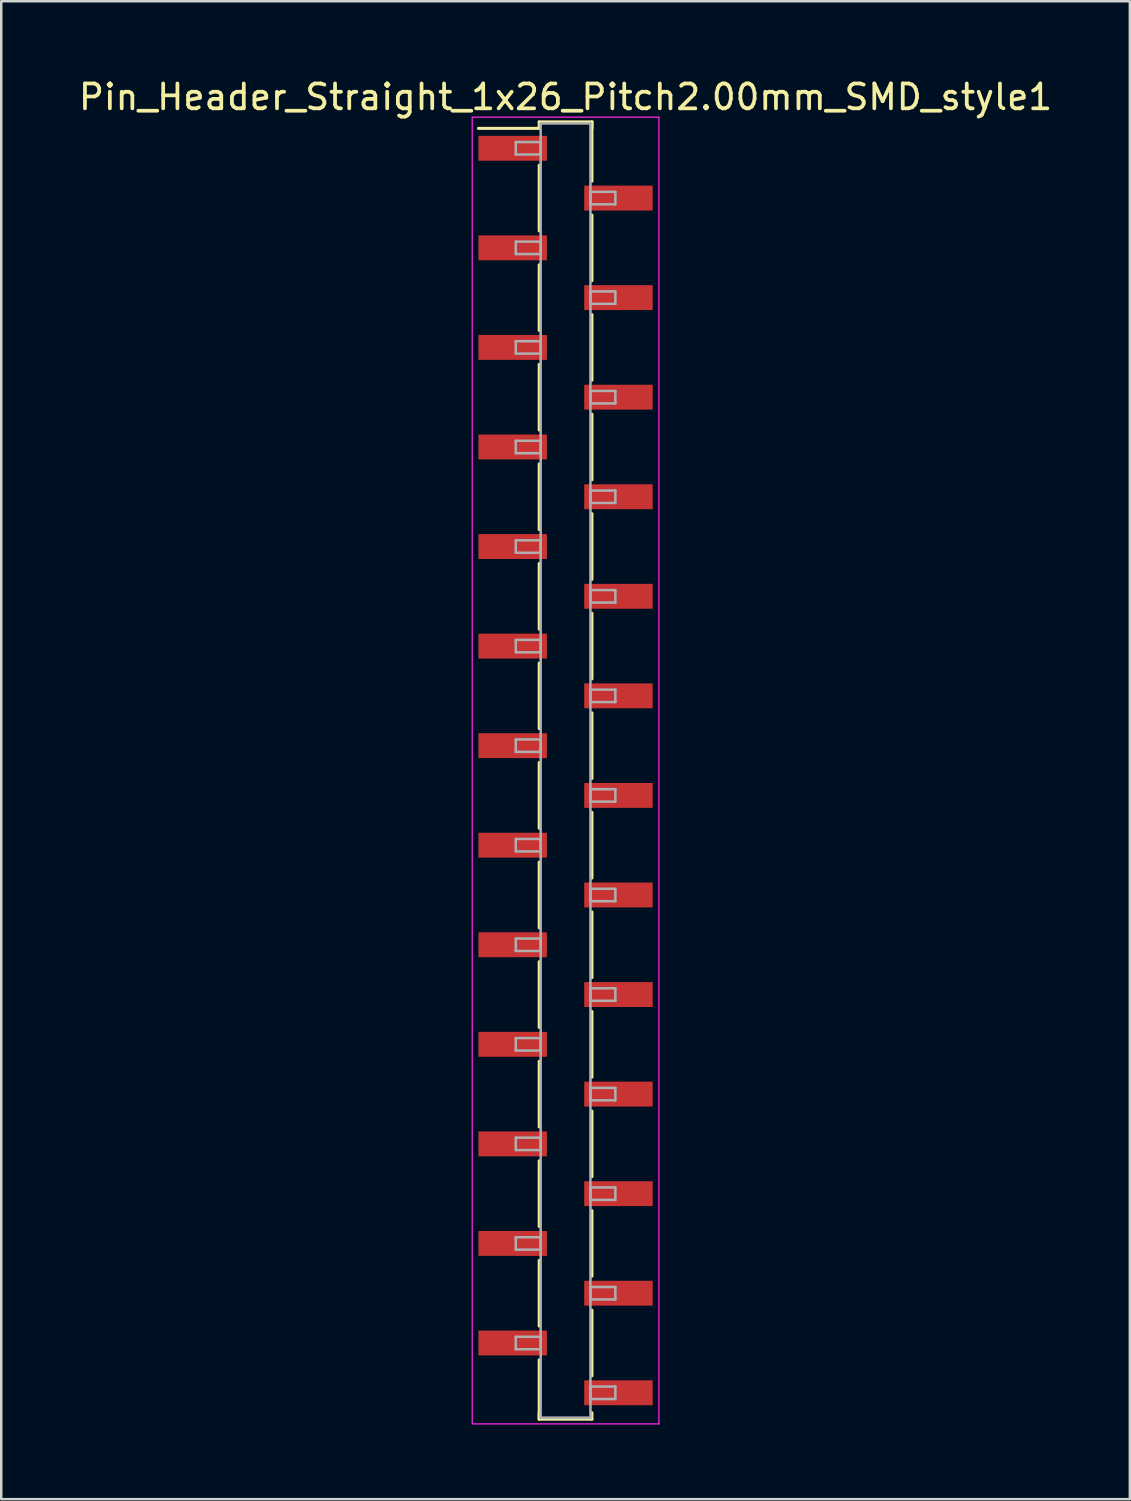
<source format=kicad_pcb>
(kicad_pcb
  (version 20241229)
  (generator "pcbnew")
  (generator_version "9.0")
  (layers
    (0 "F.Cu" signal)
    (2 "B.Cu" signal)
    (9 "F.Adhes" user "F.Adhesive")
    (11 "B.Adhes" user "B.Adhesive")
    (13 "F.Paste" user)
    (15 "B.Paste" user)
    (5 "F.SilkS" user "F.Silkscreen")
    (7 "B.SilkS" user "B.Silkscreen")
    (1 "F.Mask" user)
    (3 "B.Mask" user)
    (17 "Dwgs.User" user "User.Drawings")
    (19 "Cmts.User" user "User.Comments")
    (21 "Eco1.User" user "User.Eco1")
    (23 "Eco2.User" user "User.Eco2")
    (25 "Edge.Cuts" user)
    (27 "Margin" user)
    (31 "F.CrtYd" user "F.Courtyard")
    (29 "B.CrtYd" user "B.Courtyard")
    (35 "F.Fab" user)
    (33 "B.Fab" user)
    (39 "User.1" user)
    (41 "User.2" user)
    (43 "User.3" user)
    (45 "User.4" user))
  (footprint "Pin_Header_Straight_1x26_Pitch2.00mm_SMD_style1"
    (layer "F.Cu")
    (at 19.673 27.908)
    (property "Reference" "Pin_Header_Straight_1x26_Pitch2.00mm_SMD_style1" (at 0 -27.06 0) (layer "F.SilkS") (effects (font (size 1 1) (thickness 0.15))))
    (attr smd)
    (fp_line (start -1.06 -26.06) (end 1.06 -26.06) (stroke (width 0.12) (type solid)) (layer "F.SilkS"))
    (fp_line (start -1.06 -25.8) (end -3.5 -25.8) (stroke (width 0.12) (type solid)) (layer "F.SilkS"))
    (fp_line (start -1.06 -25.8) (end -1.06 -26.06) (stroke (width 0.12) (type solid)) (layer "F.SilkS"))
    (fp_line (start -1.06 -24.32) (end -1.06 -21.68) (stroke (width 0.12) (type solid)) (layer "F.SilkS"))
    (fp_line (start -1.06 -20.32) (end -1.06 -17.68) (stroke (width 0.12) (type solid)) (layer "F.SilkS"))
    (fp_line (start -1.06 -16.32) (end -1.06 -13.68) (stroke (width 0.12) (type solid)) (layer "F.SilkS"))
    (fp_line (start -1.06 -12.32) (end -1.06 -9.68) (stroke (width 0.12) (type solid)) (layer "F.SilkS"))
    (fp_line (start -1.06 -8.32) (end -1.06 -5.68) (stroke (width 0.12) (type solid)) (layer "F.SilkS"))
    (fp_line (start -1.06 -4.32) (end -1.06 -1.68) (stroke (width 0.12) (type solid)) (layer "F.SilkS"))
    (fp_line (start -1.06 -0.32) (end -1.06 2.32) (stroke (width 0.12) (type solid)) (layer "F.SilkS"))
    (fp_line (start -1.06 3.68) (end -1.06 6.32) (stroke (width 0.12) (type solid)) (layer "F.SilkS"))
    (fp_line (start -1.06 7.68) (end -1.06 10.32) (stroke (width 0.12) (type solid)) (layer "F.SilkS"))
    (fp_line (start -1.06 11.68) (end -1.06 14.32) (stroke (width 0.12) (type solid)) (layer "F.SilkS"))
    (fp_line (start -1.06 15.68) (end -1.06 18.32) (stroke (width 0.12) (type solid)) (layer "F.SilkS"))
    (fp_line (start -1.06 19.68) (end -1.06 22.32) (stroke (width 0.12) (type solid)) (layer "F.SilkS"))
    (fp_line (start -1.06 23.68) (end -1.06 26.06) (stroke (width 0.12) (type solid)) (layer "F.SilkS"))
    (fp_line (start -1.06 25.8) (end -1.06 26.06) (stroke (width 0.12) (type solid)) (layer "F.SilkS"))
    (fp_line (start -1.06 26.06) (end 1.06 26.06) (stroke (width 0.12) (type solid)) (layer "F.SilkS"))
    (fp_line (start 1.06 -26.06) (end 1.06 -25.8) (stroke (width 0.12) (type solid)) (layer "F.SilkS"))
    (fp_line (start 1.06 -26.06) (end 1.06 -23.68) (stroke (width 0.12) (type solid)) (layer "F.SilkS"))
    (fp_line (start 1.06 -22.32) (end 1.06 -19.68) (stroke (width 0.12) (type solid)) (layer "F.SilkS"))
    (fp_line (start 1.06 -18.32) (end 1.06 -15.68) (stroke (width 0.12) (type solid)) (layer "F.SilkS"))
    (fp_line (start 1.06 -14.32) (end 1.06 -11.68) (stroke (width 0.12) (type solid)) (layer "F.SilkS"))
    (fp_line (start 1.06 -10.32) (end 1.06 -7.68) (stroke (width 0.12) (type solid)) (layer "F.SilkS"))
    (fp_line (start 1.06 -6.32) (end 1.06 -3.68) (stroke (width 0.12) (type solid)) (layer "F.SilkS"))
    (fp_line (start 1.06 -2.32) (end 1.06 0.32) (stroke (width 0.12) (type solid)) (layer "F.SilkS"))
    (fp_line (start 1.06 1.68) (end 1.06 4.32) (stroke (width 0.12) (type solid)) (layer "F.SilkS"))
    (fp_line (start 1.06 5.68) (end 1.06 8.32) (stroke (width 0.12) (type solid)) (layer "F.SilkS"))
    (fp_line (start 1.06 9.68) (end 1.06 12.32) (stroke (width 0.12) (type solid)) (layer "F.SilkS"))
    (fp_line (start 1.06 13.68) (end 1.06 16.32) (stroke (width 0.12) (type solid)) (layer "F.SilkS"))
    (fp_line (start 1.06 17.68) (end 1.06 20.32) (stroke (width 0.12) (type solid)) (layer "F.SilkS"))
    (fp_line (start 1.06 21.68) (end 1.06 24.32) (stroke (width 0.12) (type solid)) (layer "F.SilkS"))
    (fp_line (start 1.06 26.06) (end 1.06 25.8) (stroke (width 0.12) (type solid)) (layer "F.SilkS"))
    (fp_line (start -3.75 -26.25) (end -3.75 26.25) (stroke (width 0.05) (type solid)) (layer "F.CrtYd"))
    (fp_line (start -3.75 26.25) (end 3.75 26.25) (stroke (width 0.05) (type solid)) (layer "F.CrtYd"))
    (fp_line (start 3.75 -26.25) (end -3.75 -26.25) (stroke (width 0.05) (type solid)) (layer "F.CrtYd"))
    (fp_line (start 3.75 26.25) (end 3.75 -26.25) (stroke (width 0.05) (type solid)) (layer "F.CrtYd"))
    (fp_line (start -2 -25.25) (end -1 -25.25) (stroke (width 0.1) (type solid)) (layer "F.Fab"))
    (fp_line (start -2 -24.75) (end -2 -25.25) (stroke (width 0.1) (type solid)) (layer "F.Fab"))
    (fp_line (start -2 -21.25) (end -1 -21.25) (stroke (width 0.1) (type solid)) (layer "F.Fab"))
    (fp_line (start -2 -20.75) (end -2 -21.25) (stroke (width 0.1) (type solid)) (layer "F.Fab"))
    (fp_line (start -2 -17.25) (end -1 -17.25) (stroke (width 0.1) (type solid)) (layer "F.Fab"))
    (fp_line (start -2 -16.75) (end -2 -17.25) (stroke (width 0.1) (type solid)) (layer "F.Fab"))
    (fp_line (start -2 -13.25) (end -1 -13.25) (stroke (width 0.1) (type solid)) (layer "F.Fab"))
    (fp_line (start -2 -12.75) (end -2 -13.25) (stroke (width 0.1) (type solid)) (layer "F.Fab"))
    (fp_line (start -2 -9.25) (end -1 -9.25) (stroke (width 0.1) (type solid)) (layer "F.Fab"))
    (fp_line (start -2 -8.75) (end -2 -9.25) (stroke (width 0.1) (type solid)) (layer "F.Fab"))
    (fp_line (start -2 -5.25) (end -1 -5.25) (stroke (width 0.1) (type solid)) (layer "F.Fab"))
    (fp_line (start -2 -4.75) (end -2 -5.25) (stroke (width 0.1) (type solid)) (layer "F.Fab"))
    (fp_line (start -2 -1.25) (end -1 -1.25) (stroke (width 0.1) (type solid)) (layer "F.Fab"))
    (fp_line (start -2 -0.75) (end -2 -1.25) (stroke (width 0.1) (type solid)) (layer "F.Fab"))
    (fp_line (start -2 2.75) (end -1 2.75) (stroke (width 0.1) (type solid)) (layer "F.Fab"))
    (fp_line (start -2 3.25) (end -2 2.75) (stroke (width 0.1) (type solid)) (layer "F.Fab"))
    (fp_line (start -2 6.75) (end -1 6.75) (stroke (width 0.1) (type solid)) (layer "F.Fab"))
    (fp_line (start -2 7.25) (end -2 6.75) (stroke (width 0.1) (type solid)) (layer "F.Fab"))
    (fp_line (start -2 10.75) (end -1 10.75) (stroke (width 0.1) (type solid)) (layer "F.Fab"))
    (fp_line (start -2 11.25) (end -2 10.75) (stroke (width 0.1) (type solid)) (layer "F.Fab"))
    (fp_line (start -2 14.75) (end -1 14.75) (stroke (width 0.1) (type solid)) (layer "F.Fab"))
    (fp_line (start -2 15.25) (end -2 14.75) (stroke (width 0.1) (type solid)) (layer "F.Fab"))
    (fp_line (start -2 18.75) (end -1 18.75) (stroke (width 0.1) (type solid)) (layer "F.Fab"))
    (fp_line (start -2 19.25) (end -2 18.75) (stroke (width 0.1) (type solid)) (layer "F.Fab"))
    (fp_line (start -2 22.75) (end -1 22.75) (stroke (width 0.1) (type solid)) (layer "F.Fab"))
    (fp_line (start -2 23.25) (end -2 22.75) (stroke (width 0.1) (type solid)) (layer "F.Fab"))
    (fp_line (start -1 -26) (end -1 26) (stroke (width 0.1) (type solid)) (layer "F.Fab"))
    (fp_line (start -1 -25.25) (end -1 -24.75) (stroke (width 0.1) (type solid)) (layer "F.Fab"))
    (fp_line (start -1 -24.75) (end -2 -24.75) (stroke (width 0.1) (type solid)) (layer "F.Fab"))
    (fp_line (start -1 -21.25) (end -1 -20.75) (stroke (width 0.1) (type solid)) (layer "F.Fab"))
    (fp_line (start -1 -20.75) (end -2 -20.75) (stroke (width 0.1) (type solid)) (layer "F.Fab"))
    (fp_line (start -1 -17.25) (end -1 -16.75) (stroke (width 0.1) (type solid)) (layer "F.Fab"))
    (fp_line (start -1 -16.75) (end -2 -16.75) (stroke (width 0.1) (type solid)) (layer "F.Fab"))
    (fp_line (start -1 -13.25) (end -1 -12.75) (stroke (width 0.1) (type solid)) (layer "F.Fab"))
    (fp_line (start -1 -12.75) (end -2 -12.75) (stroke (width 0.1) (type solid)) (layer "F.Fab"))
    (fp_line (start -1 -9.25) (end -1 -8.75) (stroke (width 0.1) (type solid)) (layer "F.Fab"))
    (fp_line (start -1 -8.75) (end -2 -8.75) (stroke (width 0.1) (type solid)) (layer "F.Fab"))
    (fp_line (start -1 -5.25) (end -1 -4.75) (stroke (width 0.1) (type solid)) (layer "F.Fab"))
    (fp_line (start -1 -4.75) (end -2 -4.75) (stroke (width 0.1) (type solid)) (layer "F.Fab"))
    (fp_line (start -1 -1.25) (end -1 -0.75) (stroke (width 0.1) (type solid)) (layer "F.Fab"))
    (fp_line (start -1 -0.75) (end -2 -0.75) (stroke (width 0.1) (type solid)) (layer "F.Fab"))
    (fp_line (start -1 2.75) (end -1 3.25) (stroke (width 0.1) (type solid)) (layer "F.Fab"))
    (fp_line (start -1 3.25) (end -2 3.25) (stroke (width 0.1) (type solid)) (layer "F.Fab"))
    (fp_line (start -1 6.75) (end -1 7.25) (stroke (width 0.1) (type solid)) (layer "F.Fab"))
    (fp_line (start -1 7.25) (end -2 7.25) (stroke (width 0.1) (type solid)) (layer "F.Fab"))
    (fp_line (start -1 10.75) (end -1 11.25) (stroke (width 0.1) (type solid)) (layer "F.Fab"))
    (fp_line (start -1 11.25) (end -2 11.25) (stroke (width 0.1) (type solid)) (layer "F.Fab"))
    (fp_line (start -1 14.75) (end -1 15.25) (stroke (width 0.1) (type solid)) (layer "F.Fab"))
    (fp_line (start -1 15.25) (end -2 15.25) (stroke (width 0.1) (type solid)) (layer "F.Fab"))
    (fp_line (start -1 18.75) (end -1 19.25) (stroke (width 0.1) (type solid)) (layer "F.Fab"))
    (fp_line (start -1 19.25) (end -2 19.25) (stroke (width 0.1) (type solid)) (layer "F.Fab"))
    (fp_line (start -1 22.75) (end -1 23.25) (stroke (width 0.1) (type solid)) (layer "F.Fab"))
    (fp_line (start -1 23.25) (end -2 23.25) (stroke (width 0.1) (type solid)) (layer "F.Fab"))
    (fp_line (start -1 26) (end 1 26) (stroke (width 0.1) (type solid)) (layer "F.Fab"))
    (fp_line (start 1 -26) (end -1 -26) (stroke (width 0.1) (type solid)) (layer "F.Fab"))
    (fp_line (start 1 -23.25) (end 1 -22.75) (stroke (width 0.1) (type solid)) (layer "F.Fab"))
    (fp_line (start 1 -22.75) (end 2 -22.75) (stroke (width 0.1) (type solid)) (layer "F.Fab"))
    (fp_line (start 1 -19.25) (end 1 -18.75) (stroke (width 0.1) (type solid)) (layer "F.Fab"))
    (fp_line (start 1 -18.75) (end 2 -18.75) (stroke (width 0.1) (type solid)) (layer "F.Fab"))
    (fp_line (start 1 -15.25) (end 1 -14.75) (stroke (width 0.1) (type solid)) (layer "F.Fab"))
    (fp_line (start 1 -14.75) (end 2 -14.75) (stroke (width 0.1) (type solid)) (layer "F.Fab"))
    (fp_line (start 1 -11.25) (end 1 -10.75) (stroke (width 0.1) (type solid)) (layer "F.Fab"))
    (fp_line (start 1 -10.75) (end 2 -10.75) (stroke (width 0.1) (type solid)) (layer "F.Fab"))
    (fp_line (start 1 -7.25) (end 1 -6.75) (stroke (width 0.1) (type solid)) (layer "F.Fab"))
    (fp_line (start 1 -6.75) (end 2 -6.75) (stroke (width 0.1) (type solid)) (layer "F.Fab"))
    (fp_line (start 1 -3.25) (end 1 -2.75) (stroke (width 0.1) (type solid)) (layer "F.Fab"))
    (fp_line (start 1 -2.75) (end 2 -2.75) (stroke (width 0.1) (type solid)) (layer "F.Fab"))
    (fp_line (start 1 0.75) (end 1 1.25) (stroke (width 0.1) (type solid)) (layer "F.Fab"))
    (fp_line (start 1 1.25) (end 2 1.25) (stroke (width 0.1) (type solid)) (layer "F.Fab"))
    (fp_line (start 1 4.75) (end 1 5.25) (stroke (width 0.1) (type solid)) (layer "F.Fab"))
    (fp_line (start 1 5.25) (end 2 5.25) (stroke (width 0.1) (type solid)) (layer "F.Fab"))
    (fp_line (start 1 8.75) (end 1 9.25) (stroke (width 0.1) (type solid)) (layer "F.Fab"))
    (fp_line (start 1 9.25) (end 2 9.25) (stroke (width 0.1) (type solid)) (layer "F.Fab"))
    (fp_line (start 1 12.75) (end 1 13.25) (stroke (width 0.1) (type solid)) (layer "F.Fab"))
    (fp_line (start 1 13.25) (end 2 13.25) (stroke (width 0.1) (type solid)) (layer "F.Fab"))
    (fp_line (start 1 16.75) (end 1 17.25) (stroke (width 0.1) (type solid)) (layer "F.Fab"))
    (fp_line (start 1 17.25) (end 2 17.25) (stroke (width 0.1) (type solid)) (layer "F.Fab"))
    (fp_line (start 1 20.75) (end 1 21.25) (stroke (width 0.1) (type solid)) (layer "F.Fab"))
    (fp_line (start 1 21.25) (end 2 21.25) (stroke (width 0.1) (type solid)) (layer "F.Fab"))
    (fp_line (start 1 24.75) (end 1 25.25) (stroke (width 0.1) (type solid)) (layer "F.Fab"))
    (fp_line (start 1 25.25) (end 2 25.25) (stroke (width 0.1) (type solid)) (layer "F.Fab"))
    (fp_line (start 1 26) (end 1 -26) (stroke (width 0.1) (type solid)) (layer "F.Fab"))
    (fp_line (start 2 -23.25) (end 1 -23.25) (stroke (width 0.1) (type solid)) (layer "F.Fab"))
    (fp_line (start 2 -22.75) (end 2 -23.25) (stroke (width 0.1) (type solid)) (layer "F.Fab"))
    (fp_line (start 2 -19.25) (end 1 -19.25) (stroke (width 0.1) (type solid)) (layer "F.Fab"))
    (fp_line (start 2 -18.75) (end 2 -19.25) (stroke (width 0.1) (type solid)) (layer "F.Fab"))
    (fp_line (start 2 -15.25) (end 1 -15.25) (stroke (width 0.1) (type solid)) (layer "F.Fab"))
    (fp_line (start 2 -14.75) (end 2 -15.25) (stroke (width 0.1) (type solid)) (layer "F.Fab"))
    (fp_line (start 2 -11.25) (end 1 -11.25) (stroke (width 0.1) (type solid)) (layer "F.Fab"))
    (fp_line (start 2 -10.75) (end 2 -11.25) (stroke (width 0.1) (type solid)) (layer "F.Fab"))
    (fp_line (start 2 -7.25) (end 1 -7.25) (stroke (width 0.1) (type solid)) (layer "F.Fab"))
    (fp_line (start 2 -6.75) (end 2 -7.25) (stroke (width 0.1) (type solid)) (layer "F.Fab"))
    (fp_line (start 2 -3.25) (end 1 -3.25) (stroke (width 0.1) (type solid)) (layer "F.Fab"))
    (fp_line (start 2 -2.75) (end 2 -3.25) (stroke (width 0.1) (type solid)) (layer "F.Fab"))
    (fp_line (start 2 0.75) (end 1 0.75) (stroke (width 0.1) (type solid)) (layer "F.Fab"))
    (fp_line (start 2 1.25) (end 2 0.75) (stroke (width 0.1) (type solid)) (layer "F.Fab"))
    (fp_line (start 2 4.75) (end 1 4.75) (stroke (width 0.1) (type solid)) (layer "F.Fab"))
    (fp_line (start 2 5.25) (end 2 4.75) (stroke (width 0.1) (type solid)) (layer "F.Fab"))
    (fp_line (start 2 8.75) (end 1 8.75) (stroke (width 0.1) (type solid)) (layer "F.Fab"))
    (fp_line (start 2 9.25) (end 2 8.75) (stroke (width 0.1) (type solid)) (layer "F.Fab"))
    (fp_line (start 2 12.75) (end 1 12.75) (stroke (width 0.1) (type solid)) (layer "F.Fab"))
    (fp_line (start 2 13.25) (end 2 12.75) (stroke (width 0.1) (type solid)) (layer "F.Fab"))
    (fp_line (start 2 16.75) (end 1 16.75) (stroke (width 0.1) (type solid)) (layer "F.Fab"))
    (fp_line (start 2 17.25) (end 2 16.75) (stroke (width 0.1) (type solid)) (layer "F.Fab"))
    (fp_line (start 2 20.75) (end 1 20.75) (stroke (width 0.1) (type solid)) (layer "F.Fab"))
    (fp_line (start 2 21.25) (end 2 20.75) (stroke (width 0.1) (type solid)) (layer "F.Fab"))
    (fp_line (start 2 24.75) (end 1 24.75) (stroke (width 0.1) (type solid)) (layer "F.Fab"))
    (fp_line (start 2 25.25) (end 2 24.75) (stroke (width 0.1) (type solid)) (layer "F.Fab"))
    (pad "1" smd rect (at -2.125 -25) (size 2.75 1) (layers "F.Cu" "F.Mask"))
    (pad "2" smd rect (at 2.125 -23) (size 2.75 1) (layers "F.Cu" "F.Mask"))
    (pad "3" smd rect (at -2.125 -21) (size 2.75 1) (layers "F.Cu" "F.Mask"))
    (pad "4" smd rect (at 2.125 -19) (size 2.75 1) (layers "F.Cu" "F.Mask"))
    (pad "5" smd rect (at -2.125 -17) (size 2.75 1) (layers "F.Cu" "F.Mask"))
    (pad "6" smd rect (at 2.125 -15) (size 2.75 1) (layers "F.Cu" "F.Mask"))
    (pad "7" smd rect (at -2.125 -13) (size 2.75 1) (layers "F.Cu" "F.Mask"))
    (pad "8" smd rect (at 2.125 -11) (size 2.75 1) (layers "F.Cu" "F.Mask"))
    (pad "9" smd rect (at -2.125 -9) (size 2.75 1) (layers "F.Cu" "F.Mask"))
    (pad "10" smd rect (at 2.125 -7) (size 2.75 1) (layers "F.Cu" "F.Mask"))
    (pad "11" smd rect (at -2.125 -5) (size 2.75 1) (layers "F.Cu" "F.Mask"))
    (pad "12" smd rect (at 2.125 -3) (size 2.75 1) (layers "F.Cu" "F.Mask"))
    (pad "13" smd rect (at -2.125 -1) (size 2.75 1) (layers "F.Cu" "F.Mask"))
    (pad "14" smd rect (at 2.125 1) (size 2.75 1) (layers "F.Cu" "F.Mask"))
    (pad "15" smd rect (at -2.125 3) (size 2.75 1) (layers "F.Cu" "F.Mask"))
    (pad "16" smd rect (at 2.125 5) (size 2.75 1) (layers "F.Cu" "F.Mask"))
    (pad "17" smd rect (at -2.125 7) (size 2.75 1) (layers "F.Cu" "F.Mask"))
    (pad "18" smd rect (at 2.125 9) (size 2.75 1) (layers "F.Cu" "F.Mask"))
    (pad "19" smd rect (at -2.125 11) (size 2.75 1) (layers "F.Cu" "F.Mask"))
    (pad "20" smd rect (at 2.125 13) (size 2.75 1) (layers "F.Cu" "F.Mask"))
    (pad "21" smd rect (at -2.125 15) (size 2.75 1) (layers "F.Cu" "F.Mask"))
    (pad "22" smd rect (at 2.125 17) (size 2.75 1) (layers "F.Cu" "F.Mask"))
    (pad "23" smd rect (at -2.125 19) (size 2.75 1) (layers "F.Cu" "F.Mask"))
    (pad "24" smd rect (at 2.125 21) (size 2.75 1) (layers "F.Cu" "F.Mask"))
    (pad "25" smd rect (at -2.125 23) (size 2.75 1) (layers "F.Cu" "F.Mask"))
    (pad "26" smd rect (at 2.125 25) (size 2.75 1) (layers "F.Cu" "F.Mask")))
  (gr_rect
    (start -3 -3)
    (end 42.345 57.183)
    (stroke (width 0.1) (type default))
    (fill no)
    (layer "Edge.Cuts")))
</source>
